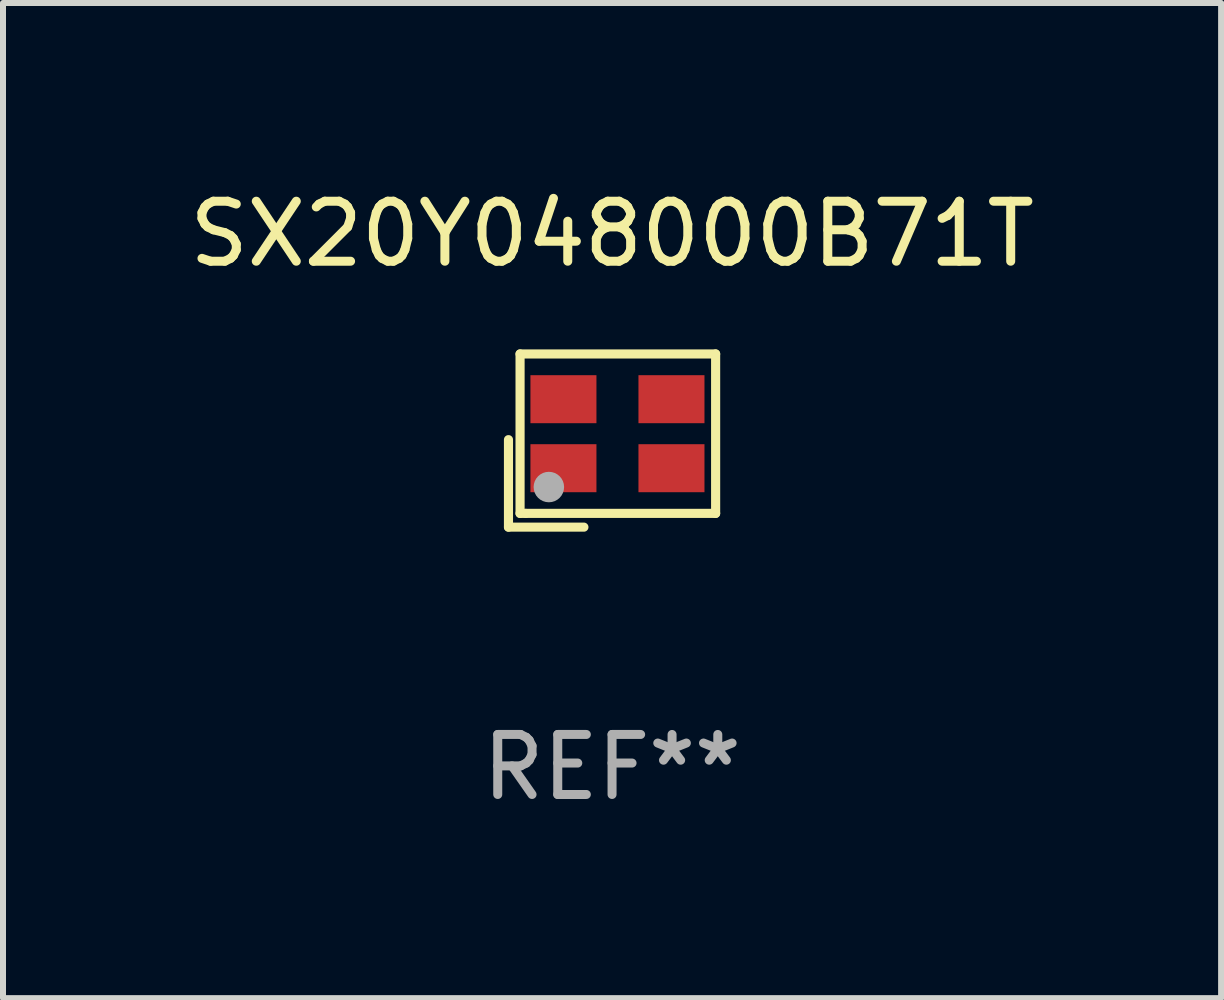
<source format=kicad_pcb>
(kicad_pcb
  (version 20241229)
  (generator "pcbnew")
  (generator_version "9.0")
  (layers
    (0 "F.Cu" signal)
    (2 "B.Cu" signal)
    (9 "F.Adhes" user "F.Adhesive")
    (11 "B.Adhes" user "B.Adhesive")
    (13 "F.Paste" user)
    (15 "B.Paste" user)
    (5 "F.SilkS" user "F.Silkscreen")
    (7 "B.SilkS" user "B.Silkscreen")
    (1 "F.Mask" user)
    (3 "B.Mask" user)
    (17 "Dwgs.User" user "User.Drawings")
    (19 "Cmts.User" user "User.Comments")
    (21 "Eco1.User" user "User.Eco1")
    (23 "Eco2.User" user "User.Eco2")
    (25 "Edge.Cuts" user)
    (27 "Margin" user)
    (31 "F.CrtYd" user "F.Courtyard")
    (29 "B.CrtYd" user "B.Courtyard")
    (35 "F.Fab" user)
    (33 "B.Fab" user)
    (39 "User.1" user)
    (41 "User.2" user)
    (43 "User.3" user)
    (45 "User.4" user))
  (footprint "SX20Y048000B71T"
    (layer "F.Cu")
    (at 7.149 4.291)
    (property "Reference" "SX20Y048000B71T" (at 0 -3.443 0) (layer "F.SilkS") (effects (font (size 1 1) (thickness 0.15))))
    (attr through_hole)
    (fp_line (start -1.726 -0.015) (end -1.726 1.443) (stroke (width 0.152) (type solid)) (layer "F.SilkS"))
    (fp_line (start -1.726 1.443) (end -0.469 1.443) (stroke (width 0.152) (type solid)) (layer "F.SilkS"))
    (fp_line (start -1.533 -1.443) (end 1.726 -1.443) (stroke (width 0.152) (type solid)) (layer "F.SilkS"))
    (fp_line (start -1.533 1.214) (end -1.533 -1.443) (stroke (width 0.152) (type solid)) (layer "F.SilkS"))
    (fp_line (start -1.439 1.214) (end -1.533 1.214) (stroke (width 0.152) (type solid)) (layer "F.SilkS"))
    (fp_line (start 1.726 -1.443) (end 1.726 1.214) (stroke (width 0.152) (type solid)) (layer "F.SilkS"))
    (fp_line (start 1.726 1.214) (end -1.439 1.214) (stroke (width 0.152) (type solid)) (layer "F.SilkS"))
    (fp_circle (center -0.91 0.686) (end -0.88 0.686) (stroke (width 0.06) (type solid)) (fill no) (layer "F.SilkS"))
    (fp_circle (center -1.053 0.775) (end -0.926 0.775) (stroke (width 0.254) (type solid)) (fill no) (layer "F.Fab"))
    (fp_text user "REF**" (at 0 5.443 0) (layer "F.Fab") (effects (font (size 1 1) (thickness 0.15))))
    (pad "1" smd rect (at -0.81 0.461) (size 1.1 0.8) (layers "F.Cu" "F.Mask" "F.Paste"))
    (pad "2" smd rect (at 0.99 0.461) (size 1.1 0.8) (layers "F.Cu" "F.Mask" "F.Paste"))
    (pad "3" smd rect (at 0.99 -0.689) (size 1.1 0.8) (layers "F.Cu" "F.Mask" "F.Paste"))
    (pad "4" smd rect (at -0.81 -0.689) (size 1.1 0.8) (layers "F.Cu" "F.Mask" "F.Paste")))
  (gr_rect
    (start -3 -3)
    (end 17.298 13.582)
    (stroke (width 0.1) (type default))
    (fill no)
    (layer "Edge.Cuts")))
</source>
